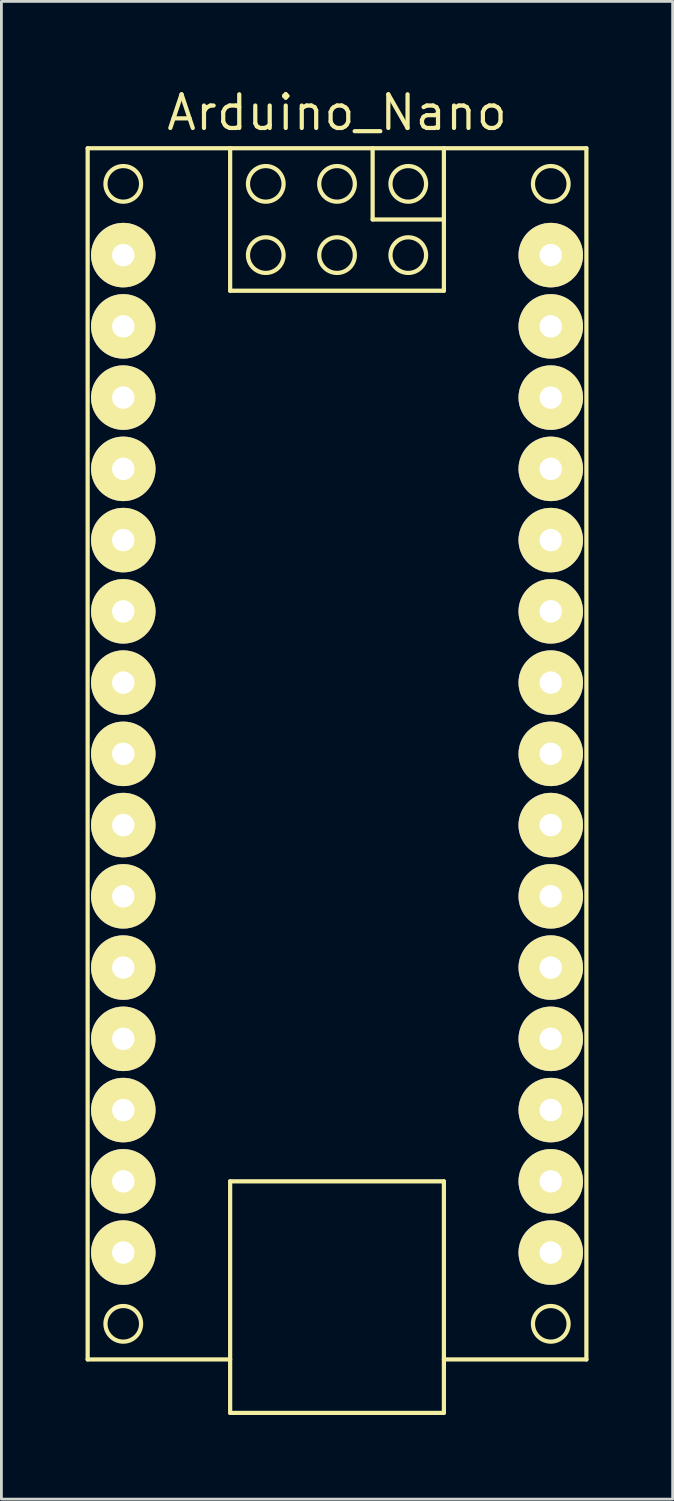
<source format=kicad_pcb>
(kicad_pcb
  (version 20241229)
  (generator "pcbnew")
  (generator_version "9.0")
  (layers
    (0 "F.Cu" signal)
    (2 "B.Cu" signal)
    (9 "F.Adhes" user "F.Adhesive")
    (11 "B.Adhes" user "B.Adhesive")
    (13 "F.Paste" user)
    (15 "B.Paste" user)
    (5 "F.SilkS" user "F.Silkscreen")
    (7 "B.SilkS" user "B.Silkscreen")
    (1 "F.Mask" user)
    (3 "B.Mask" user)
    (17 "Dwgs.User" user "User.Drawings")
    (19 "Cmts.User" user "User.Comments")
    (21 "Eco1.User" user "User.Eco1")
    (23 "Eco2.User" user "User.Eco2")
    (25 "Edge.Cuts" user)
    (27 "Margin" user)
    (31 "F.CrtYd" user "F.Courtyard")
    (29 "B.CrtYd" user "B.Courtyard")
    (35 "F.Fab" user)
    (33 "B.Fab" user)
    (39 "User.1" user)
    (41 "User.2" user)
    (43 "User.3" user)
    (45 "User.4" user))
  (footprint "Arduino_Nano"
    (layer "F.Cu")
    (at 4.715 15.075)
    (property "Reference" "Arduino_Nano" (at 4.25 -14.11 0) (layer "F.SilkS") (effects (font (size 1.2 1.2) (thickness 0.15))))
    (attr through_hole)
    (fp_line (start -4.64 -12.84) (end -4.64 30.34) (stroke (width 0.15) (type solid)) (layer "F.SilkS"))
    (fp_line (start 0.44 -12.84) (end 0.44 -7.76) (stroke (width 0.15) (type solid)) (layer "F.SilkS"))
    (fp_line (start 0.44 -7.76) (end 8.06 -7.76) (stroke (width 0.15) (type solid)) (layer "F.SilkS"))
    (fp_line (start 0.44 23.99) (end 8.06 23.99) (stroke (width 0.15) (type solid)) (layer "F.SilkS"))
    (fp_line (start 0.44 30.34) (end -4.64 30.34) (stroke (width 0.15) (type solid)) (layer "F.SilkS"))
    (fp_line (start 0.44 32.245) (end 0.44 23.99) (stroke (width 0.15) (type solid)) (layer "F.SilkS"))
    (fp_line (start 5.52 -10.3) (end 5.52 -12.84) (stroke (width 0.15) (type solid)) (layer "F.SilkS"))
    (fp_line (start 8.06 -10.3) (end 5.52 -10.3) (stroke (width 0.15) (type solid)) (layer "F.SilkS"))
    (fp_line (start 8.06 -7.76) (end 8.06 -12.84) (stroke (width 0.15) (type solid)) (layer "F.SilkS"))
    (fp_line (start 8.06 23.99) (end 8.06 32.245) (stroke (width 0.15) (type solid)) (layer "F.SilkS"))
    (fp_line (start 8.06 32.245) (end 0.44 32.245) (stroke (width 0.15) (type solid)) (layer "F.SilkS"))
    (fp_line (start 13.14 -12.84) (end -4.64 -12.84) (stroke (width 0.15) (type solid)) (layer "F.SilkS"))
    (fp_line (start 13.14 30.34) (end 8.06 30.34) (stroke (width 0.15) (type solid)) (layer "F.SilkS"))
    (fp_line (start 13.14 30.34) (end 13.14 -12.84) (stroke (width 0.15) (type solid)) (layer "F.SilkS"))
    (fp_circle (center -3.37 -11.57) (end -3.37 -10.935) (stroke (width 0.15) (type solid)) (fill no) (layer "F.SilkS"))
    (fp_circle (center -3.37 29.07) (end -3.37 29.705) (stroke (width 0.15) (type solid)) (fill no) (layer "F.SilkS"))
    (fp_circle (center 1.71 -11.57) (end 1.71 -10.935) (stroke (width 0.15) (type solid)) (fill no) (layer "F.SilkS"))
    (fp_circle (center 1.71 -9.03) (end 1.71 -8.395) (stroke (width 0.15) (type solid)) (fill no) (layer "F.SilkS"))
    (fp_circle (center 4.25 -11.57) (end 4.25 -10.935) (stroke (width 0.15) (type solid)) (fill no) (layer "F.SilkS"))
    (fp_circle (center 4.25 -9.03) (end 4.25 -8.395) (stroke (width 0.15) (type solid)) (fill no) (layer "F.SilkS"))
    (fp_circle (center 6.79 -11.57) (end 6.155 -11.57) (stroke (width 0.15) (type solid)) (fill no) (layer "F.SilkS"))
    (fp_circle (center 6.79 -9.03) (end 6.79 -8.395) (stroke (width 0.15) (type solid)) (fill no) (layer "F.SilkS"))
    (fp_circle (center 11.87 -11.57) (end 11.87 -10.935) (stroke (width 0.15) (type solid)) (fill no) (layer "F.SilkS"))
    (fp_circle (center 11.87 29.07) (end 11.87 29.705) (stroke (width 0.15) (type solid)) (fill no) (layer "F.SilkS"))
    (pad "1" thru_hole circle (at -3.37 -9.03 270) (size 2.3 2.3) (drill 0.8) (layers "*.Cu" "*.Mask" "F.SilkS"))
    (pad "2" thru_hole circle (at -3.37 -6.49 270) (size 2.3 2.3) (drill 0.8) (layers "*.Cu" "*.Mask" "F.SilkS"))
    (pad "3" thru_hole circle (at -3.37 -3.95 270) (size 2.3 2.3) (drill 0.8) (layers "*.Cu" "*.Mask" "F.SilkS"))
    (pad "4" thru_hole circle (at -3.37 -1.41 270) (size 2.3 2.3) (drill 0.8) (layers "*.Cu" "*.Mask" "F.SilkS"))
    (pad "5" thru_hole circle (at -3.37 1.13 270) (size 2.3 2.3) (drill 0.8) (layers "*.Cu" "*.Mask" "F.SilkS"))
    (pad "6" thru_hole circle (at -3.37 3.67 270) (size 2.3 2.3) (drill 0.8) (layers "*.Cu" "*.Mask" "F.SilkS"))
    (pad "7" thru_hole circle (at -3.37 6.21 270) (size 2.3 2.3) (drill 0.8) (layers "*.Cu" "*.Mask" "F.SilkS"))
    (pad "8" thru_hole circle (at -3.37 8.75 270) (size 2.3 2.3) (drill 0.8) (layers "*.Cu" "*.Mask" "F.SilkS"))
    (pad "9" thru_hole circle (at -3.37 11.29 270) (size 2.3 2.3) (drill 0.8) (layers "*.Cu" "*.Mask" "F.SilkS"))
    (pad "10" thru_hole circle (at -3.37 13.83 270) (size 2.3 2.3) (drill 0.8) (layers "*.Cu" "*.Mask" "F.SilkS"))
    (pad "11" thru_hole circle (at -3.37 16.37 270) (size 2.3 2.3) (drill 0.8) (layers "*.Cu" "*.Mask" "F.SilkS"))
    (pad "12" thru_hole circle (at -3.37 18.91 270) (size 2.3 2.3) (drill 0.8) (layers "*.Cu" "*.Mask" "F.SilkS"))
    (pad "13" thru_hole circle (at -3.37 21.45 270) (size 2.3 2.3) (drill 0.8) (layers "*.Cu" "*.Mask" "F.SilkS"))
    (pad "14" thru_hole circle (at -3.37 23.99 270) (size 2.3 2.3) (drill 0.8) (layers "*.Cu" "*.Mask" "F.SilkS"))
    (pad "15" thru_hole circle (at -3.37 26.53 270) (size 2.3 2.3) (drill 0.8) (layers "*.Cu" "*.Mask" "F.SilkS"))
    (pad "16" thru_hole circle (at 11.87 26.53 270) (size 2.3 2.3) (drill 0.8) (layers "*.Cu" "*.Mask" "F.SilkS"))
    (pad "17" thru_hole circle (at 11.87 23.99 270) (size 2.3 2.3) (drill 0.8) (layers "*.Cu" "*.Mask" "F.SilkS"))
    (pad "18" thru_hole circle (at 11.87 21.45 270) (size 2.3 2.3) (drill 0.8) (layers "*.Cu" "*.Mask" "F.SilkS"))
    (pad "19" thru_hole circle (at 11.87 18.91 270) (size 2.3 2.3) (drill 0.8) (layers "*.Cu" "*.Mask" "F.SilkS"))
    (pad "20" thru_hole circle (at 11.87 16.37 270) (size 2.3 2.3) (drill 0.8) (layers "*.Cu" "*.Mask" "F.SilkS"))
    (pad "21" thru_hole circle (at 11.87 13.83 270) (size 2.3 2.3) (drill 0.8) (layers "*.Cu" "*.Mask" "F.SilkS"))
    (pad "22" thru_hole circle (at 11.87 11.29 270) (size 2.3 2.3) (drill 0.8) (layers "*.Cu" "*.Mask" "F.SilkS"))
    (pad "23" thru_hole circle (at 11.87 8.75 270) (size 2.3 2.3) (drill 0.8) (layers "*.Cu" "*.Mask" "F.SilkS"))
    (pad "24" thru_hole circle (at 11.87 6.21 270) (size 2.3 2.3) (drill 0.8) (layers "*.Cu" "*.Mask" "F.SilkS"))
    (pad "25" thru_hole circle (at 11.87 3.67 270) (size 2.3 2.3) (drill 0.8) (layers "*.Cu" "*.Mask" "F.SilkS"))
    (pad "26" thru_hole circle (at 11.87 1.13 270) (size 2.3 2.3) (drill 0.8) (layers "*.Cu" "*.Mask" "F.SilkS"))
    (pad "27" thru_hole circle (at 11.87 -1.41 270) (size 2.3 2.3) (drill 0.8) (layers "*.Cu" "*.Mask" "F.SilkS"))
    (pad "28" thru_hole circle (at 11.87 -3.95 270) (size 2.3 2.3) (drill 0.8) (layers "*.Cu" "*.Mask" "F.SilkS"))
    (pad "29" thru_hole circle (at 11.87 -6.49 270) (size 2.3 2.3) (drill 0.8) (layers "*.Cu" "*.Mask" "F.SilkS"))
    (pad "30" thru_hole circle (at 11.87 -9.03 270) (size 2.3 2.3) (drill 0.8) (layers "*.Cu" "*.Mask" "F.SilkS")))
  (gr_rect
    (start -3 -3)
    (end 20.93 50.395)
    (stroke (width 0.1) (type default))
    (fill no)
    (layer "Edge.Cuts")))
</source>
